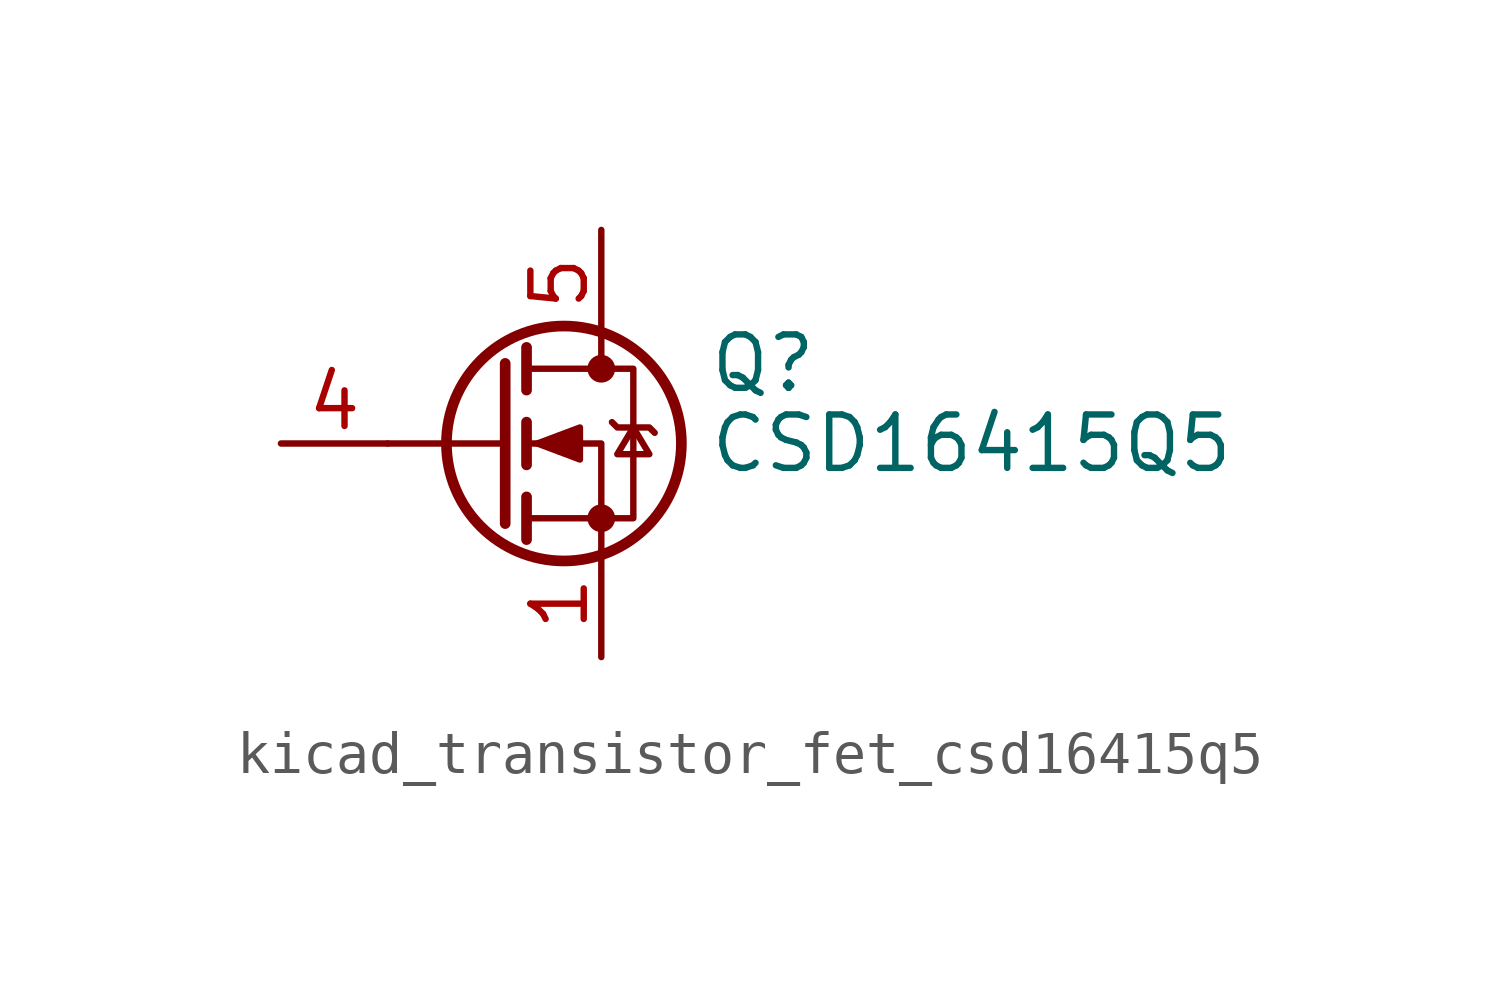
<source format=kicad_sym>
(kicad_symbol_lib
  (version 20220914)
  (generator kicad_symbol_editor)
  (symbol "kicad_transistor_fet_csd16415q5"
    (pin_names hide)
    (property "Reference" "Q"
      (at 5.08 1.905 0)
      (effects (font (size 1.27 1.27)) (justify left)))
    (property "Value" "CSD16415Q5"
      (at 5.08 0 0)
      (effects (font (size 1.27 1.27)) (justify left)))
    (symbol "kicad_transistor_fet_csd16415q5_0_1"
      (polyline (pts (xy 0.254 0) (xy -2.54 0)) (stroke (width 0) (type default)) (fill (type none)))
      (polyline (pts (xy 0.254 1.905) (xy 0.254 -1.905)) (stroke (width 0.254) (type default)) (fill (type none)))
      (polyline (pts (xy 0.762 -1.27) (xy 0.762 -2.286)) (stroke (width 0.254) (type default)) (fill (type none)))
      (polyline (pts (xy 0.762 0.508) (xy 0.762 -0.508)) (stroke (width 0.254) (type default)) (fill (type none)))
      (polyline (pts (xy 0.762 2.286) (xy 0.762 1.27)) (stroke (width 0.254) (type default)) (fill (type none)))
      (polyline (pts (xy 2.54 2.54) (xy 2.54 1.778)) (stroke (width 0) (type default)) (fill (type none)))
      (polyline (pts (xy 2.54 -2.54) (xy 2.54 0) (xy 0.762 0)) (stroke (width 0) (type default)) (fill (type none)))
      (polyline (pts (xy 0.762 -1.778) (xy 3.302 -1.778) (xy 3.302 1.778) (xy 0.762 1.778)) (stroke (width 0) (type default)) (fill (type none)))
      (polyline (pts (xy 1.016 0) (xy 2.032 0.381) (xy 2.032 -0.381) (xy 1.016 0)) (stroke (width 0) (type default)) (fill (type outline)))
      (polyline (pts (xy 2.794 0.508) (xy 2.921 0.381) (xy 3.683 0.381) (xy 3.81 0.254)) (stroke (width 0) (type default)) (fill (type none)))
      (polyline (pts (xy 3.302 0.381) (xy 2.921 -0.254) (xy 3.683 -0.254) (xy 3.302 0.381)) (stroke (width 0) (type default)) (fill (type none)))
      (circle (center 1.651 0) (radius 2.794) (stroke (width 0.254) (type default)) (fill (type none)))
      (circle (center 2.54 -1.778) (radius 0.254) (stroke (width 0) (type default)) (fill (type outline)))
      (circle (center 2.54 1.778) (radius 0.254) (stroke (width 0) (type default)) (fill (type outline))))
    (symbol "kicad_transistor_fet_csd16415q5_1_1"
      (pin passive line (at 2.54 -5.08 90) (length 2.54) (name "S" (effects (font (size 1.27 1.27)))) (number "1" (effects (font (size 1.27 1.27)))))
      (pin passive line (at 2.54 -5.08 90) (length 2.54) hide (name "S" (effects (font (size 1.27 1.27)))) (number "2" (effects (font (size 1.27 1.27)))))
      (pin passive line (at 2.54 -5.08 90) (length 2.54) hide (name "S" (effects (font (size 1.27 1.27)))) (number "3" (effects (font (size 1.27 1.27)))))
      (pin passive line (at -5.08 0 0) (length 2.54) (name "G" (effects (font (size 1.27 1.27)))) (number "4" (effects (font (size 1.27 1.27)))))
      (pin passive line (at 2.54 5.08 270) (length 2.54) (name "D" (effects (font (size 1.27 1.27)))) (number "5" (effects (font (size 1.27 1.27))))))))
</source>
